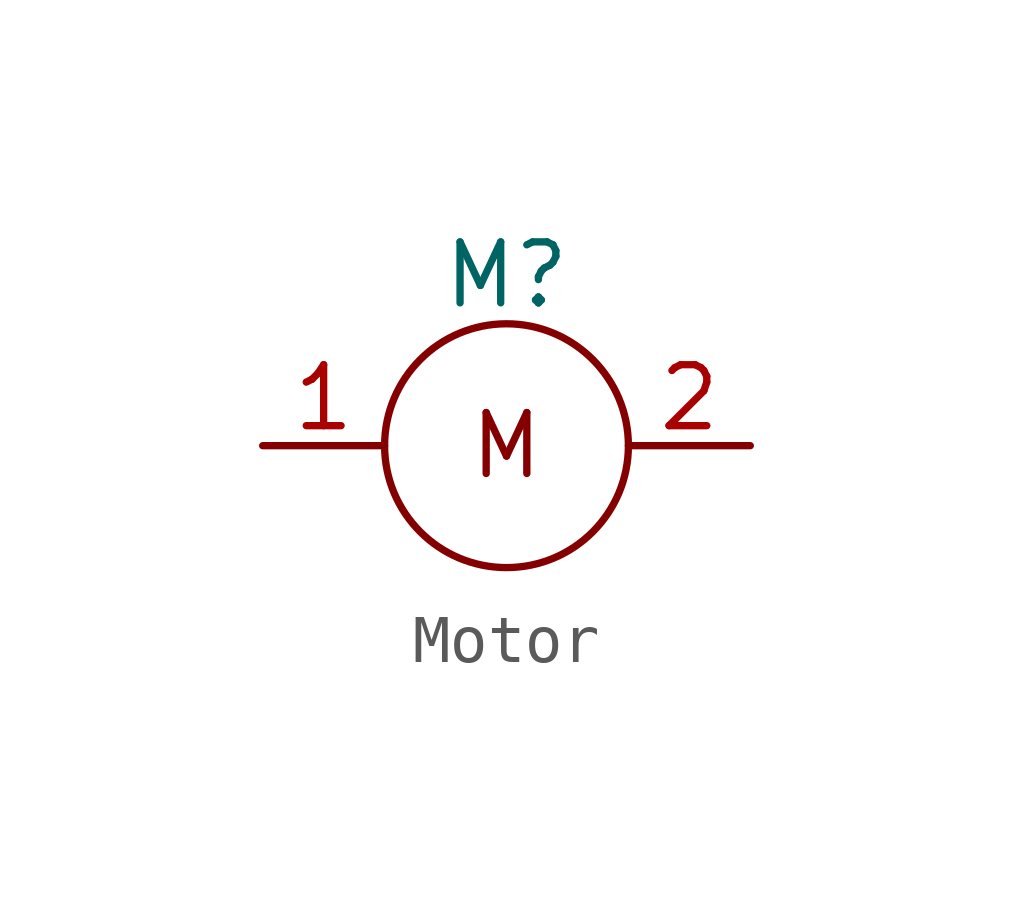
<source format=kicad_sym>
(kicad_symbol_lib
  (version 20231120)
  (generator "kicad_symbol_editor")
  (generator_version "8.0")
  (symbol "Motor"
    (property "Reference" "M"
      (at 0 3.556 0)
      (effects (font (size 1.27 1.27))))
    (property "Value" ""
      (at 0 0 0)
      (effects (font (size 1.27 1.27))))
    (symbol "Motor_1_1"
      (circle (center 0 0) (radius 2.54) (stroke (width 0) (type default)) (fill (type none)))
      (text "M" (at 0 0 0) (effects (font (size 1.27 1.27))))
      (pin input line (at -5.08 0 0) (length 2.54) (name "" (effects (font (size 1.27 1.27)))) (number "1" (effects (font (size 1.27 1.27)))))
      (pin input line (at 5.08 0 180) (length 2.54) (name "" (effects (font (size 1.27 1.27)))) (number "2" (effects (font (size 1.27 1.27))))))))
</source>
